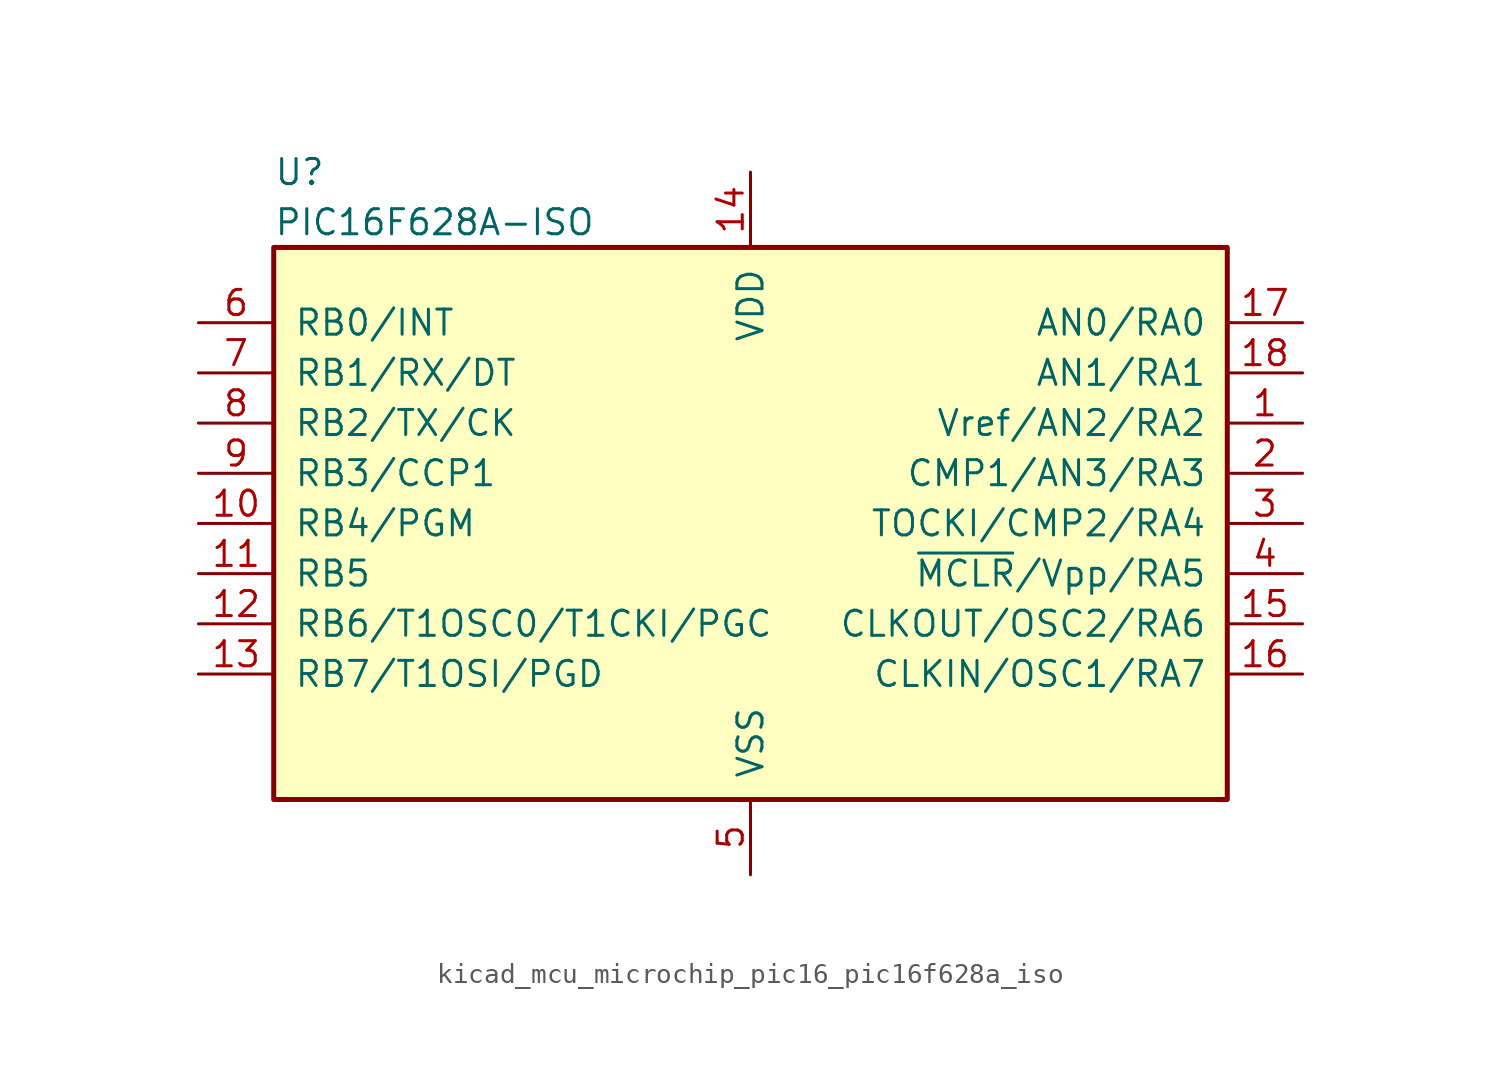
<source format=kicad_sym>
(kicad_symbol_lib
  (version 20220914)
  (generator kicad_symbol_editor)
  (symbol "kicad_mcu_microchip_pic16_pic16f628a_iso"
    (pin_names
      (offset 1.016))
    (property "Reference" "U"
      (at -24.13 17.78 0)
      (effects (font (size 1.27 1.27)) (justify left)))
    (property "Value" "PIC16F628A-ISO"
      (at -24.13 15.24 0)
      (effects (font (size 1.27 1.27)) (justify left)))
    (symbol "kicad_mcu_microchip_pic16_pic16f628a_iso_0_1"
      (rectangle (start 24.13 13.97) (end -24.13 -13.97) (stroke (width 0.254) (type default)) (fill (type background))))
    (symbol "kicad_mcu_microchip_pic16_pic16f628a_iso_1_1"
      (pin bidirectional line (at 27.94 5.08 180) (length 3.81) (name "Vref/AN2/RA2" (effects (font (size 1.27 1.27)))) (number "1" (effects (font (size 1.27 1.27)))))
      (pin bidirectional line (at -27.94 0 0) (length 3.81) (name "RB4/PGM" (effects (font (size 1.27 1.27)))) (number "10" (effects (font (size 1.27 1.27)))))
      (pin bidirectional line (at -27.94 -2.54 0) (length 3.81) (name "RB5" (effects (font (size 1.27 1.27)))) (number "11" (effects (font (size 1.27 1.27)))))
      (pin bidirectional line (at -27.94 -5.08 0) (length 3.81) (name "RB6/T1OSC0/T1CKI/PGC" (effects (font (size 1.27 1.27)))) (number "12" (effects (font (size 1.27 1.27)))))
      (pin bidirectional line (at -27.94 -7.62 0) (length 3.81) (name "RB7/T1OSI/PGD" (effects (font (size 1.27 1.27)))) (number "13" (effects (font (size 1.27 1.27)))))
      (pin power_in line (at 0 17.78 270) (length 3.81) (name "VDD" (effects (font (size 1.27 1.27)))) (number "14" (effects (font (size 1.27 1.27)))))
      (pin bidirectional line (at 27.94 -5.08 180) (length 3.81) (name "CLKOUT/OSC2/RA6" (effects (font (size 1.27 1.27)))) (number "15" (effects (font (size 1.27 1.27)))))
      (pin bidirectional line (at 27.94 -7.62 180) (length 3.81) (name "CLKIN/OSC1/RA7" (effects (font (size 1.27 1.27)))) (number "16" (effects (font (size 1.27 1.27)))))
      (pin bidirectional line (at 27.94 10.16 180) (length 3.81) (name "AN0/RA0" (effects (font (size 1.27 1.27)))) (number "17" (effects (font (size 1.27 1.27)))))
      (pin bidirectional line (at 27.94 7.62 180) (length 3.81) (name "AN1/RA1" (effects (font (size 1.27 1.27)))) (number "18" (effects (font (size 1.27 1.27)))))
      (pin bidirectional line (at 27.94 2.54 180) (length 3.81) (name "CMP1/AN3/RA3" (effects (font (size 1.27 1.27)))) (number "2" (effects (font (size 1.27 1.27)))))
      (pin bidirectional line (at 27.94 0 180) (length 3.81) (name "TOCKI/CMP2/RA4" (effects (font (size 1.27 1.27)))) (number "3" (effects (font (size 1.27 1.27)))))
      (pin input line (at 27.94 -2.54 180) (length 3.81) (name "~{MCLR}/Vpp/RA5" (effects (font (size 1.27 1.27)))) (number "4" (effects (font (size 1.27 1.27)))))
      (pin power_in line (at 0 -17.78 90) (length 3.81) (name "VSS" (effects (font (size 1.27 1.27)))) (number "5" (effects (font (size 1.27 1.27)))))
      (pin bidirectional line (at -27.94 10.16 0) (length 3.81) (name "RB0/INT" (effects (font (size 1.27 1.27)))) (number "6" (effects (font (size 1.27 1.27)))))
      (pin bidirectional line (at -27.94 7.62 0) (length 3.81) (name "RB1/RX/DT" (effects (font (size 1.27 1.27)))) (number "7" (effects (font (size 1.27 1.27)))))
      (pin bidirectional line (at -27.94 5.08 0) (length 3.81) (name "RB2/TX/CK" (effects (font (size 1.27 1.27)))) (number "8" (effects (font (size 1.27 1.27)))))
      (pin bidirectional line (at -27.94 2.54 0) (length 3.81) (name "RB3/CCP1" (effects (font (size 1.27 1.27)))) (number "9" (effects (font (size 1.27 1.27))))))))
</source>
